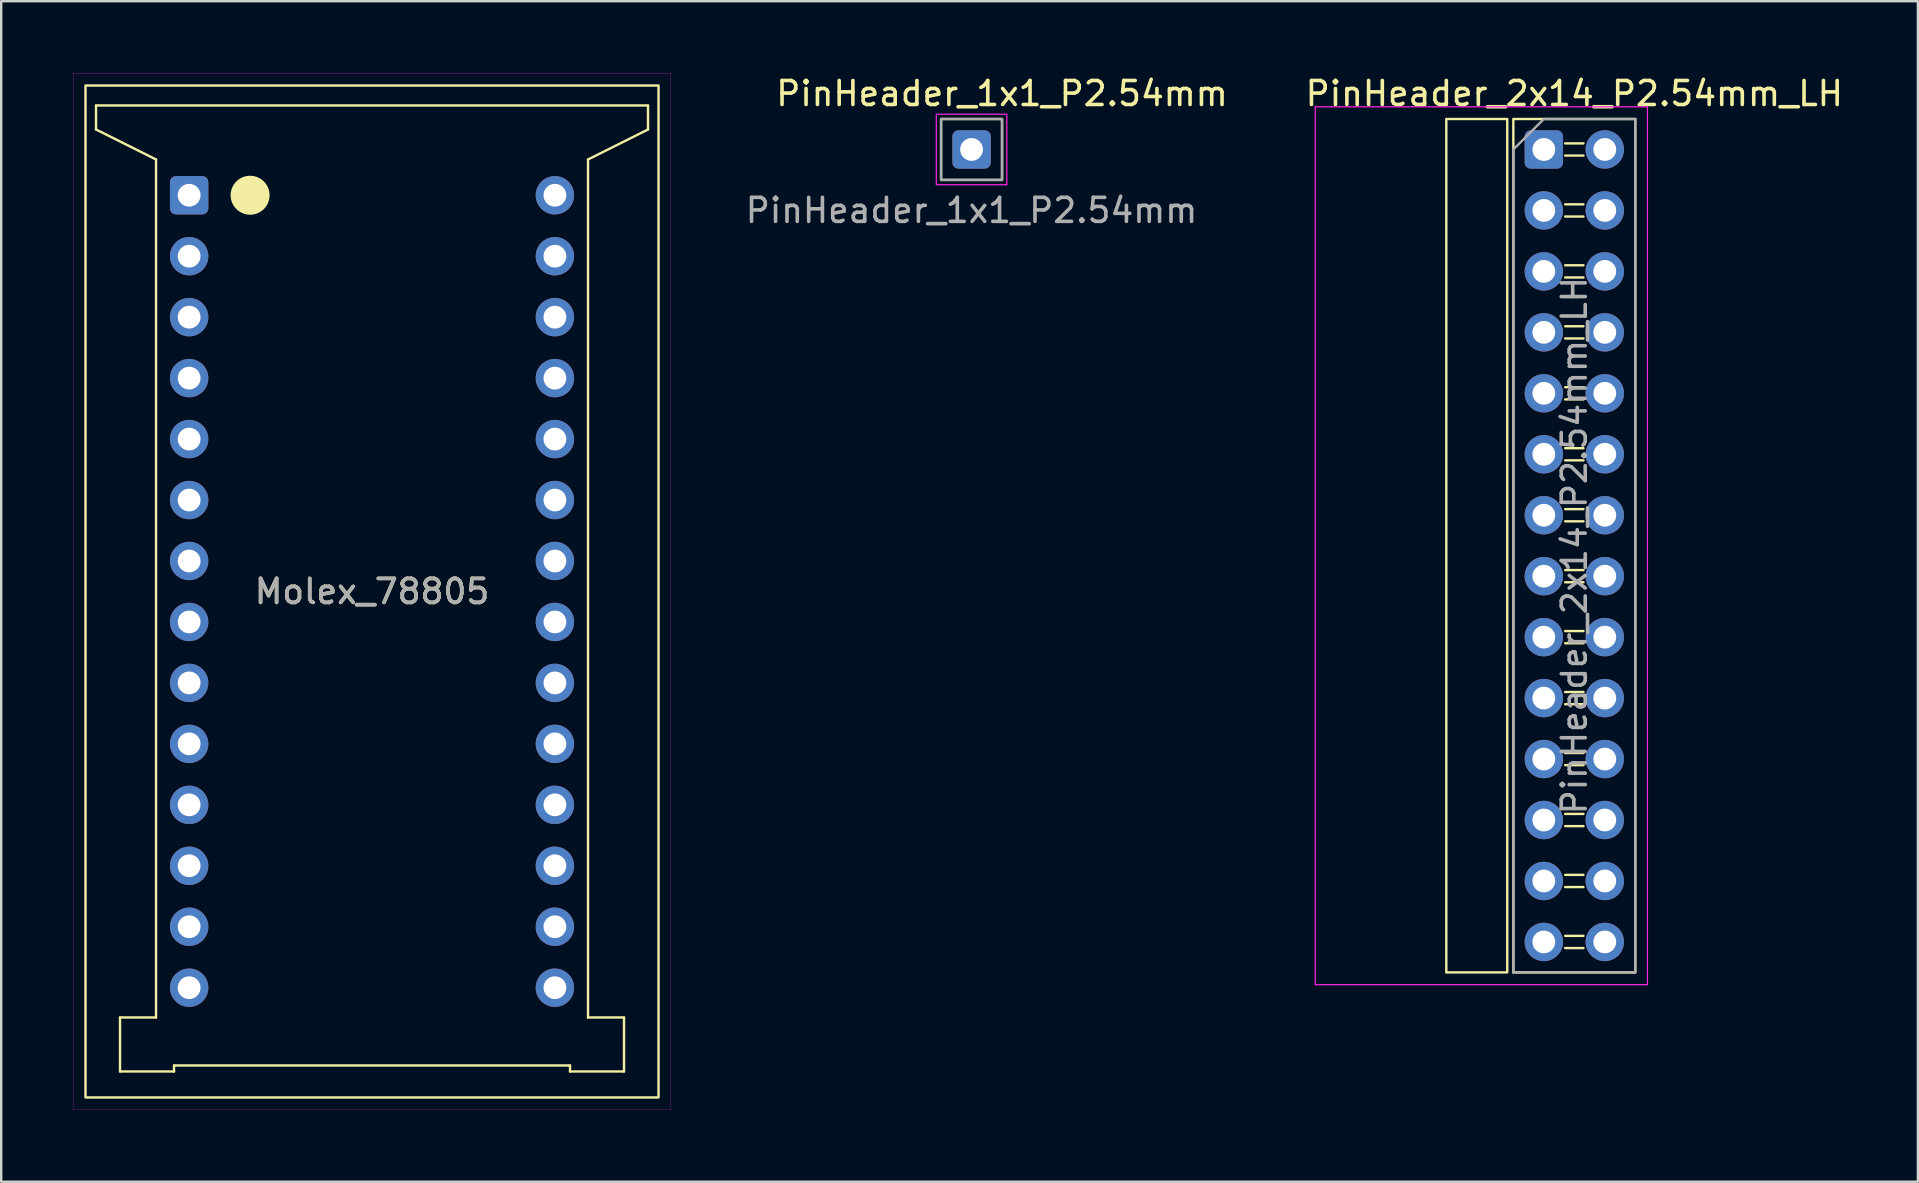
<source format=kicad_pcb>
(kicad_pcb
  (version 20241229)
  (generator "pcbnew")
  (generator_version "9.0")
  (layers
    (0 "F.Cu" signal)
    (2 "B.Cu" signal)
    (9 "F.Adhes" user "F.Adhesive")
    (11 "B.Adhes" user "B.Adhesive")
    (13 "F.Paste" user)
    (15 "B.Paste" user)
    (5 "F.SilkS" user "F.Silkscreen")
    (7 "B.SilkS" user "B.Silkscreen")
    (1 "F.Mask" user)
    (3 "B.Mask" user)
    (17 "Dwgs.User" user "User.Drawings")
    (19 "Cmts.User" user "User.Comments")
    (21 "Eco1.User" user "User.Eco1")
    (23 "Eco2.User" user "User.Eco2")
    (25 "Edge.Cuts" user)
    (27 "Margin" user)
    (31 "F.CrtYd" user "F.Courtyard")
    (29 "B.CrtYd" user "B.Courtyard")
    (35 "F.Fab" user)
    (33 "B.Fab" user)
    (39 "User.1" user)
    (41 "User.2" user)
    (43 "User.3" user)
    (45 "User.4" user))
  (footprint "PinHeader_1x1_P2.54mm"
    (layer "F.Cu")
    (at 37.432 3.178)
    (property "Reference" "PinHeader_1x1_P2.54mm" (at 1.27 -2.33 0) (layer "F.SilkS") (effects (font (size 1 1) (thickness 0.15))))
    (attr through_hole)
    (fp_rect (start -1.27 -1.27) (end 1.27 1.27) (stroke (width 0.1) (type default)) (fill no) (layer "F.SilkS"))
    (fp_rect (start -1.47 -1.47) (end 1.47 1.47) (stroke (width 0.05) (type default)) (fill no) (layer "F.CrtYd"))
    (fp_rect (start -1.27 -1.27) (end 1.27 1.27) (stroke (width 0.1) (type default)) (fill no) (layer "F.Fab"))
    (fp_text user "${REFERENCE}" (at 0 2.54 180) (layer "F.Fab") (effects (font (size 1 1) (thickness 0.15))))
    (pad "1" thru_hole roundrect (at 0 0) (size 1.6 1.6) (drill 0.95) (layers "*.Cu" "*.Mask") (roundrect_rratio 0.156)))
  (footprint "Molex_78805"
    (layer "F.Cu")
    (at 12.451 21.595)
    (property "Reference" "Molex_78805" (at 0 0 0) (layer "F.SilkS") (effects (font (size 1 1) (thickness 0.15))))
    (attr through_hole)
    (fp_line (start -11.5 -20.25) (end -11.5 -19.25) (stroke (width 0.1) (type default)) (layer "F.SilkS"))
    (fp_line (start -11.5 -20.25) (end 11.5 -20.25) (stroke (width 0.1) (type default)) (layer "F.SilkS"))
    (fp_line (start -11.5 -19.25) (end -9 -18) (stroke (width 0.1) (type default)) (layer "F.SilkS"))
    (fp_line (start -10.5 17.75) (end -10.5 20) (stroke (width 0.1) (type default)) (layer "F.SilkS"))
    (fp_line (start -10.5 20) (end -8.25 20) (stroke (width 0.1) (type default)) (layer "F.SilkS"))
    (fp_line (start -9 -18) (end -9 17.75) (stroke (width 0.1) (type default)) (layer "F.SilkS"))
    (fp_line (start -9 17.75) (end -10.5 17.75) (stroke (width 0.1) (type default)) (layer "F.SilkS"))
    (fp_line (start -8.25 19.75) (end 8.25 19.75) (stroke (width 0.1) (type default)) (layer "F.SilkS"))
    (fp_line (start -8.25 20) (end -8.25 19.75) (stroke (width 0.1) (type default)) (layer "F.SilkS"))
    (fp_line (start 8.25 19.75) (end 8.25 20) (stroke (width 0.1) (type default)) (layer "F.SilkS"))
    (fp_line (start 8.25 20) (end 10.5 20) (stroke (width 0.1) (type default)) (layer "F.SilkS"))
    (fp_line (start 9 -18) (end 11.5 -19.25) (stroke (width 0.1) (type default)) (layer "F.SilkS"))
    (fp_line (start 9 17.75) (end 9 -18) (stroke (width 0.1) (type default)) (layer "F.SilkS"))
    (fp_line (start 10.5 17.75) (end 9 17.75) (stroke (width 0.1) (type default)) (layer "F.SilkS"))
    (fp_line (start 10.5 20) (end 10.5 17.75) (stroke (width 0.1) (type default)) (layer "F.SilkS"))
    (fp_line (start 11.5 -20.25) (end 11.5 -19.25) (stroke (width 0.1) (type default)) (layer "F.SilkS"))
    (fp_rect (start -11.938 -21.082) (end 11.938 21.082) (stroke (width 0.1) (type default)) (fill no) (layer "F.SilkS"))
    (fp_circle (center -5.08 -16.51) (end -4.318 -16.51) (stroke (width 0.1) (type solid)) (fill yes) (layer "F.SilkS"))
    (fp_line (start -12.446 -21.59) (end -12.446 21.59) (stroke (width 0.01) (type solid)) (layer "F.CrtYd"))
    (fp_line (start -12.446 21.59) (end 12.446 21.59) (stroke (width 0.01) (type solid)) (layer "F.CrtYd"))
    (fp_line (start 12.446 -21.59) (end -12.446 -21.59) (stroke (width 0.01) (type solid)) (layer "F.CrtYd"))
    (fp_line (start 12.446 21.59) (end 12.446 -21.59) (stroke (width 0.01) (type solid)) (layer "F.CrtYd"))
    (fp_text user "${REFERENCE}" (at 0 0 0) (layer "F.Fab") (effects (font (size 1 1) (thickness 0.15))))
    (pad "1" thru_hole roundrect (at -7.62 -16.51) (size 1.6 1.6) (drill 0.95) (layers "*.Cu" "*.Mask") (roundrect_rratio 0.156))
    (pad "2" thru_hole circle (at -7.62 -13.97) (size 1.6 1.6) (drill 0.95) (layers "*.Cu" "*.Mask"))
    (pad "3" thru_hole circle (at -7.62 -11.43) (size 1.6 1.6) (drill 0.95) (layers "*.Cu" "*.Mask"))
    (pad "4" thru_hole circle (at -7.62 -8.89) (size 1.6 1.6) (drill 0.95) (layers "*.Cu" "*.Mask"))
    (pad "5" thru_hole circle (at -7.62 -6.35) (size 1.6 1.6) (drill 0.95) (layers "*.Cu" "*.Mask"))
    (pad "6" thru_hole circle (at -7.62 -3.81) (size 1.6 1.6) (drill 0.95) (layers "*.Cu" "*.Mask"))
    (pad "7" thru_hole circle (at -7.62 -1.27) (size 1.6 1.6) (drill 0.95) (layers "*.Cu" "*.Mask"))
    (pad "8" thru_hole circle (at -7.62 1.27) (size 1.6 1.6) (drill 0.95) (layers "*.Cu" "*.Mask"))
    (pad "9" thru_hole circle (at -7.62 3.81) (size 1.6 1.6) (drill 0.95) (layers "*.Cu" "*.Mask"))
    (pad "10" thru_hole circle (at -7.62 6.35) (size 1.6 1.6) (drill 0.95) (layers "*.Cu" "*.Mask"))
    (pad "11" thru_hole circle (at -7.62 8.89) (size 1.6 1.6) (drill 0.95) (layers "*.Cu" "*.Mask"))
    (pad "12" thru_hole circle (at -7.62 11.43) (size 1.6 1.6) (drill 0.95) (layers "*.Cu" "*.Mask"))
    (pad "13" thru_hole circle (at -7.62 13.97) (size 1.6 1.6) (drill 0.95) (layers "*.Cu" "*.Mask"))
    (pad "14" thru_hole circle (at -7.62 16.51) (size 1.6 1.6) (drill 0.95) (layers "*.Cu" "*.Mask"))
    (pad "15" thru_hole circle (at 7.62 16.51) (size 1.6 1.6) (drill 0.95) (layers "*.Cu" "*.Mask"))
    (pad "16" thru_hole circle (at 7.62 13.97) (size 1.6 1.6) (drill 0.95) (layers "*.Cu" "*.Mask"))
    (pad "17" thru_hole circle (at 7.62 11.43) (size 1.6 1.6) (drill 0.95) (layers "*.Cu" "*.Mask"))
    (pad "18" thru_hole circle (at 7.62 8.89) (size 1.6 1.6) (drill 0.95) (layers "*.Cu" "*.Mask"))
    (pad "19" thru_hole circle (at 7.62 6.35) (size 1.6 1.6) (drill 0.95) (layers "*.Cu" "*.Mask"))
    (pad "20" thru_hole circle (at 7.62 3.81) (size 1.6 1.6) (drill 0.95) (layers "*.Cu" "*.Mask"))
    (pad "21" thru_hole circle (at 7.62 1.27) (size 1.6 1.6) (drill 0.95) (layers "*.Cu" "*.Mask"))
    (pad "22" thru_hole circle (at 7.62 -1.27) (size 1.6 1.6) (drill 0.95) (layers "*.Cu" "*.Mask"))
    (pad "23" thru_hole circle (at 7.62 -3.81) (size 1.6 1.6) (drill 0.95) (layers "*.Cu" "*.Mask"))
    (pad "24" thru_hole circle (at 7.62 -6.35) (size 1.6 1.6) (drill 0.95) (layers "*.Cu" "*.Mask"))
    (pad "25" thru_hole circle (at 7.62 -8.89) (size 1.6 1.6) (drill 0.95) (layers "*.Cu" "*.Mask"))
    (pad "26" thru_hole circle (at 7.62 -11.43) (size 1.6 1.6) (drill 0.95) (layers "*.Cu" "*.Mask"))
    (pad "27" thru_hole circle (at 7.62 -13.97) (size 1.6 1.6) (drill 0.95) (layers "*.Cu" "*.Mask"))
    (pad "28" thru_hole circle (at 7.62 -16.51) (size 1.6 1.6) (drill 0.95) (layers "*.Cu" "*.Mask")))
  (footprint "PinHeader_2x14_P2.54mm_LH"
    (layer "F.Cu")
    (at 61.277 3.178)
    (property "Reference" "PinHeader_2x14_P2.54mm_LH" (at 1.27 -2.33 0) (layer "F.SilkS") (effects (font (size 1 1) (thickness 0.15))))
    (attr through_hole)
    (fp_line (start 0.889 -0.254) (end 1.651 -0.254) (stroke (width 0.1) (type default)) (layer "F.SilkS"))
    (fp_line (start 0.889 0.254) (end 1.651 0.254) (stroke (width 0.1) (type default)) (layer "F.SilkS"))
    (fp_line (start 0.889 2.286) (end 1.651 2.286) (stroke (width 0.1) (type default)) (layer "F.SilkS"))
    (fp_line (start 0.889 2.794) (end 1.651 2.794) (stroke (width 0.1) (type default)) (layer "F.SilkS"))
    (fp_line (start 0.889 4.826) (end 1.651 4.826) (stroke (width 0.1) (type default)) (layer "F.SilkS"))
    (fp_line (start 0.889 5.334) (end 1.651 5.334) (stroke (width 0.1) (type default)) (layer "F.SilkS"))
    (fp_line (start 0.889 7.366) (end 1.651 7.366) (stroke (width 0.1) (type default)) (layer "F.SilkS"))
    (fp_line (start 0.889 7.874) (end 1.651 7.874) (stroke (width 0.1) (type default)) (layer "F.SilkS"))
    (fp_line (start 0.889 9.906) (end 1.651 9.906) (stroke (width 0.1) (type default)) (layer "F.SilkS"))
    (fp_line (start 0.889 10.414) (end 1.651 10.414) (stroke (width 0.1) (type default)) (layer "F.SilkS"))
    (fp_line (start 0.889 12.446) (end 1.651 12.446) (stroke (width 0.1) (type default)) (layer "F.SilkS"))
    (fp_line (start 0.889 12.954) (end 1.651 12.954) (stroke (width 0.1) (type default)) (layer "F.SilkS"))
    (fp_line (start 0.889 14.986) (end 1.651 14.986) (stroke (width 0.1) (type default)) (layer "F.SilkS"))
    (fp_line (start 0.889 15.494) (end 1.651 15.494) (stroke (width 0.1) (type default)) (layer "F.SilkS"))
    (fp_line (start 0.889 17.526) (end 1.651 17.526) (stroke (width 0.1) (type default)) (layer "F.SilkS"))
    (fp_line (start 0.889 18.034) (end 1.651 18.034) (stroke (width 0.1) (type default)) (layer "F.SilkS"))
    (fp_line (start 0.889 20.066) (end 1.651 20.066) (stroke (width 0.1) (type default)) (layer "F.SilkS"))
    (fp_line (start 0.889 20.574) (end 1.651 20.574) (stroke (width 0.1) (type default)) (layer "F.SilkS"))
    (fp_line (start 0.889 22.606) (end 1.651 22.606) (stroke (width 0.1) (type default)) (layer "F.SilkS"))
    (fp_line (start 0.889 23.114) (end 1.651 23.114) (stroke (width 0.1) (type default)) (layer "F.SilkS"))
    (fp_line (start 0.889 25.146) (end 1.651 25.146) (stroke (width 0.1) (type default)) (layer "F.SilkS"))
    (fp_line (start 0.889 25.654) (end 1.651 25.654) (stroke (width 0.1) (type default)) (layer "F.SilkS"))
    (fp_line (start 0.889 27.686) (end 1.651 27.686) (stroke (width 0.1) (type default)) (layer "F.SilkS"))
    (fp_line (start 0.889 28.194) (end 1.651 28.194) (stroke (width 0.1) (type default)) (layer "F.SilkS"))
    (fp_line (start 0.889 30.226) (end 1.651 30.226) (stroke (width 0.1) (type default)) (layer "F.SilkS"))
    (fp_line (start 0.889 30.734) (end 1.651 30.734) (stroke (width 0.1) (type default)) (layer "F.SilkS"))
    (fp_line (start 0.889 32.766) (end 1.651 32.766) (stroke (width 0.1) (type default)) (layer "F.SilkS"))
    (fp_line (start 0.889 33.274) (end 1.651 33.274) (stroke (width 0.1) (type default)) (layer "F.SilkS"))
    (fp_rect (start -4.064 -1.27) (end -1.524 34.29) (stroke (width 0.1) (type default)) (fill no) (layer "F.SilkS"))
    (fp_rect (start -1.27 -1.27) (end 3.81 34.29) (stroke (width 0.1) (type default)) (fill no) (layer "F.SilkS"))
    (fp_line (start -9.525 -1.778) (end -9.525 34.798) (stroke (width 0.05) (type solid)) (layer "F.CrtYd"))
    (fp_line (start -9.525 34.8) (end 4.318 34.8) (stroke (width 0.05) (type solid)) (layer "F.CrtYd"))
    (fp_line (start 4.318 -1.778) (end -9.525 -1.778) (stroke (width 0.05) (type solid)) (layer "F.CrtYd"))
    (fp_line (start 4.318 34.798) (end 4.318 -1.778) (stroke (width 0.05) (type solid)) (layer "F.CrtYd"))
    (fp_line (start -1.27 0) (end 0 -1.27) (stroke (width 0.1) (type solid)) (layer "F.Fab"))
    (fp_line (start -1.27 34.29) (end -1.27 0) (stroke (width 0.1) (type solid)) (layer "F.Fab"))
    (fp_line (start 0 -1.27) (end 3.81 -1.27) (stroke (width 0.1) (type solid)) (layer "F.Fab"))
    (fp_line (start 3.81 -1.27) (end 3.81 34.29) (stroke (width 0.1) (type solid)) (layer "F.Fab"))
    (fp_line (start 3.81 34.29) (end -1.27 34.29) (stroke (width 0.1) (type solid)) (layer "F.Fab"))
    (fp_text user "${REFERENCE}" (at 1.27 16.51 90) (layer "F.Fab") (effects (font (size 1 1) (thickness 0.15))))
    (pad "1" thru_hole roundrect (at 0 0) (size 1.6 1.6) (drill 0.95) (layers "*.Cu" "*.Mask") (roundrect_rratio 0.156))
    (pad "2" thru_hole oval (at 2.54 0) (size 1.6 1.6) (drill 0.95) (layers "*.Cu" "*.Mask"))
    (pad "3" thru_hole oval (at 0 2.54) (size 1.6 1.6) (drill 0.95) (layers "*.Cu" "*.Mask"))
    (pad "4" thru_hole oval (at 2.54 2.54) (size 1.6 1.6) (drill 0.95) (layers "*.Cu" "*.Mask"))
    (pad "5" thru_hole oval (at 0 5.08) (size 1.6 1.6) (drill 0.95) (layers "*.Cu" "*.Mask"))
    (pad "6" thru_hole oval (at 2.54 5.08) (size 1.6 1.6) (drill 0.95) (layers "*.Cu" "*.Mask"))
    (pad "7" thru_hole oval (at 0 7.62) (size 1.6 1.6) (drill 0.95) (layers "*.Cu" "*.Mask"))
    (pad "8" thru_hole oval (at 2.54 7.62) (size 1.6 1.6) (drill 0.95) (layers "*.Cu" "*.Mask"))
    (pad "9" thru_hole oval (at 0 10.16) (size 1.6 1.6) (drill 0.95) (layers "*.Cu" "*.Mask"))
    (pad "10" thru_hole oval (at 2.54 10.16) (size 1.6 1.6) (drill 0.95) (layers "*.Cu" "*.Mask"))
    (pad "11" thru_hole oval (at 0 12.7) (size 1.6 1.6) (drill 0.95) (layers "*.Cu" "*.Mask"))
    (pad "12" thru_hole oval (at 2.54 12.7) (size 1.6 1.6) (drill 0.95) (layers "*.Cu" "*.Mask"))
    (pad "13" thru_hole oval (at 0 15.24) (size 1.6 1.6) (drill 0.95) (layers "*.Cu" "*.Mask"))
    (pad "14" thru_hole oval (at 2.54 15.24) (size 1.6 1.6) (drill 0.95) (layers "*.Cu" "*.Mask"))
    (pad "15" thru_hole oval (at 0 17.78) (size 1.6 1.6) (drill 0.95) (layers "*.Cu" "*.Mask"))
    (pad "16" thru_hole oval (at 2.54 17.78) (size 1.6 1.6) (drill 0.95) (layers "*.Cu" "*.Mask"))
    (pad "17" thru_hole oval (at 0 20.32) (size 1.6 1.6) (drill 0.95) (layers "*.Cu" "*.Mask"))
    (pad "18" thru_hole oval (at 2.54 20.32) (size 1.6 1.6) (drill 0.95) (layers "*.Cu" "*.Mask"))
    (pad "19" thru_hole oval (at 0 22.86) (size 1.6 1.6) (drill 0.95) (layers "*.Cu" "*.Mask"))
    (pad "20" thru_hole oval (at 2.54 22.86) (size 1.6 1.6) (drill 0.95) (layers "*.Cu" "*.Mask"))
    (pad "21" thru_hole oval (at 0 25.4) (size 1.6 1.6) (drill 0.95) (layers "*.Cu" "*.Mask"))
    (pad "22" thru_hole oval (at 2.54 25.4) (size 1.6 1.6) (drill 0.95) (layers "*.Cu" "*.Mask"))
    (pad "23" thru_hole oval (at 0 27.94) (size 1.6 1.6) (drill 0.95) (layers "*.Cu" "*.Mask"))
    (pad "24" thru_hole oval (at 2.54 27.94) (size 1.6 1.6) (drill 0.95) (layers "*.Cu" "*.Mask"))
    (pad "25" thru_hole oval (at 0 30.48) (size 1.6 1.6) (drill 0.95) (layers "*.Cu" "*.Mask"))
    (pad "26" thru_hole oval (at 2.54 30.48) (size 1.6 1.6) (drill 0.95) (layers "*.Cu" "*.Mask"))
    (pad "27" thru_hole oval (at 0 33.02) (size 1.6 1.6) (drill 0.95) (layers "*.Cu" "*.Mask"))
    (pad "28" thru_hole oval (at 2.54 33.02) (size 1.6 1.6) (drill 0.95) (layers "*.Cu" "*.Mask")))
  (gr_rect
    (start -3 -3)
    (end 76.862 46.19)
    (stroke (width 0.1) (type default))
    (fill no)
    (layer "Edge.Cuts")))
</source>
